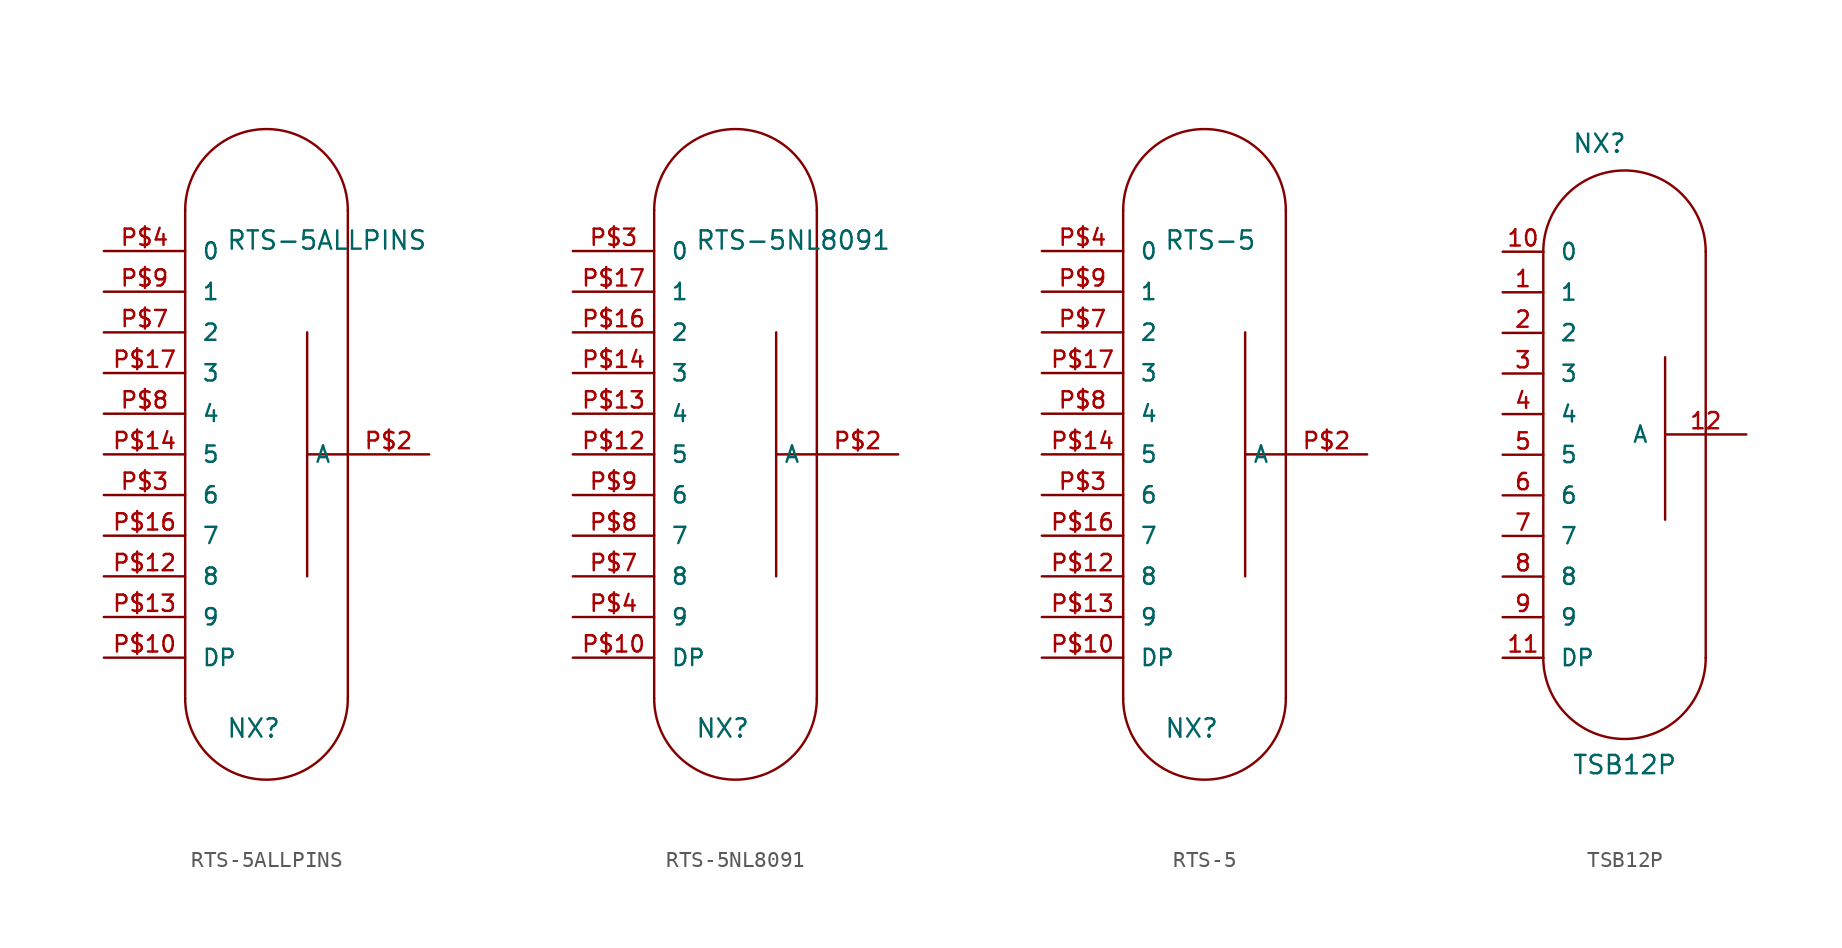
<source format=kicad_sym>
(kicad_symbol_lib
  (version 20241209)
  (generator "kicad_symbol_editor")
  (generator_version "9.0")
  (symbol "RTS-5ALLPINS"
    (pin_names
      (offset 1.016))
    (property "Reference" "NX"
      (at -2.54 -15.24 0)
      (effects (font (size 1.143 1.143)) (justify left bottom)))
    (property "Value" "RTS-5ALLPINS"
      (at -2.54 15.24 0)
      (effects (font (size 1.143 1.143)) (justify left bottom)))
    (property "ki_locked" ""
      (at 0 0 0)
      (effects (font (size 1.27 1.27))))
    (symbol "RTS-5ALLPINS_1_0"
      (polyline (pts (xy -5.08 17.78) (xy -5.08 -12.7)) (stroke (width 0) (type solid)) (fill (type none)))
      (polyline (pts (xy 2.54 2.54) (xy 2.54 10.16)) (stroke (width 0) (type solid)) (fill (type none)))
      (polyline (pts (xy 2.54 -5.08) (xy 2.54 2.54)) (stroke (width 0) (type solid)) (fill (type none)))
      (polyline (pts (xy 5.08 17.78) (xy 5.08 2.54)) (stroke (width 0) (type solid)) (fill (type none)))
      (polyline (pts (xy 5.08 2.54) (xy 2.54 2.54)) (stroke (width 0) (type solid)) (fill (type none)))
      (polyline (pts (xy 5.08 2.54) (xy 5.08 -12.7)) (stroke (width 0) (type solid)) (fill (type none))))
    (symbol "RTS-5ALLPINS_1_1"
      (arc (start -5.08 17.78) (mid 0 22.86) (end 5.08 17.78) (stroke (width 0) (type solid)) (fill (type none)))
      (arc (start 5.08 -12.7) (mid 0 -17.78) (end -5.08 -12.7) (stroke (width 0) (type solid)) (fill (type none)))
      (pin passive line (at -10.16 15.24 0) (length 5.08) (name "0" (effects (font (size 1.016 1.016)))) (number "P$4" (effects (font (size 1.016 1.016)))))
      (pin passive line (at -10.16 12.7 0) (length 5.08) (name "1" (effects (font (size 1.016 1.016)))) (number "P$9" (effects (font (size 1.016 1.016)))))
      (pin passive line (at -10.16 10.16 0) (length 5.08) (name "2" (effects (font (size 1.016 1.016)))) (number "P$7" (effects (font (size 1.016 1.016)))))
      (pin passive line (at -10.16 7.62 0) (length 5.08) (name "3" (effects (font (size 1.016 1.016)))) (number "P$17" (effects (font (size 1.016 1.016)))))
      (pin passive line (at -10.16 5.08 0) (length 5.08) (name "4" (effects (font (size 1.016 1.016)))) (number "P$8" (effects (font (size 1.016 1.016)))))
      (pin passive line (at -10.16 2.54 0) (length 5.08) (name "5" (effects (font (size 1.016 1.016)))) (number "P$14" (effects (font (size 1.016 1.016)))))
      (pin passive line (at -10.16 0 0) (length 5.08) (name "6" (effects (font (size 1.016 1.016)))) (number "P$3" (effects (font (size 1.016 1.016)))))
      (pin passive line (at -10.16 -2.54 0) (length 5.08) (name "7" (effects (font (size 1.016 1.016)))) (number "P$16" (effects (font (size 1.016 1.016)))))
      (pin passive line (at -10.16 -5.08 0) (length 5.08) (name "8" (effects (font (size 1.016 1.016)))) (number "P$12" (effects (font (size 1.016 1.016)))))
      (pin passive line (at -10.16 -7.62 0) (length 5.08) (name "9" (effects (font (size 1.016 1.016)))) (number "P$13" (effects (font (size 1.016 1.016)))))
      (pin passive line (at -10.16 -10.16 0) (length 5.08) (name "DP" (effects (font (size 1.016 1.016)))) (number "P$10" (effects (font (size 1.016 1.016)))))
      (pin passive line (at 10.16 2.54 180) (length 5.08) (name "A" (effects (font (size 1.016 1.016)))) (number "P$2" (effects (font (size 1.016 1.016)))))))
  (symbol "RTS-5NL8091"
    (pin_names
      (offset 1.016))
    (property "Reference" "NX"
      (at -2.54 -15.24 0)
      (effects (font (size 1.143 1.143)) (justify left bottom)))
    (property "Value" "RTS-5NL8091"
      (at -2.54 15.24 0)
      (effects (font (size 1.143 1.143)) (justify left bottom)))
    (property "ki_locked" ""
      (at 0 0 0)
      (effects (font (size 1.27 1.27))))
    (symbol "RTS-5NL8091_1_0"
      (polyline (pts (xy -5.08 17.78) (xy -5.08 -12.7)) (stroke (width 0) (type solid)) (fill (type none)))
      (polyline (pts (xy 2.54 2.54) (xy 2.54 10.16)) (stroke (width 0) (type solid)) (fill (type none)))
      (polyline (pts (xy 2.54 -5.08) (xy 2.54 2.54)) (stroke (width 0) (type solid)) (fill (type none)))
      (polyline (pts (xy 5.08 17.78) (xy 5.08 2.54)) (stroke (width 0) (type solid)) (fill (type none)))
      (polyline (pts (xy 5.08 2.54) (xy 2.54 2.54)) (stroke (width 0) (type solid)) (fill (type none)))
      (polyline (pts (xy 5.08 2.54) (xy 5.08 -12.7)) (stroke (width 0) (type solid)) (fill (type none))))
    (symbol "RTS-5NL8091_1_1"
      (arc (start -5.08 17.78) (mid 0 22.86) (end 5.08 17.78) (stroke (width 0) (type solid)) (fill (type none)))
      (arc (start 5.08 -12.7) (mid 0 -17.78) (end -5.08 -12.7) (stroke (width 0) (type solid)) (fill (type none)))
      (pin passive line (at -10.16 15.24 0) (length 5.08) (name "0" (effects (font (size 1.016 1.016)))) (number "P$3" (effects (font (size 1.016 1.016)))))
      (pin passive line (at -10.16 12.7 0) (length 5.08) (name "1" (effects (font (size 1.016 1.016)))) (number "P$17" (effects (font (size 1.016 1.016)))))
      (pin passive line (at -10.16 10.16 0) (length 5.08) (name "2" (effects (font (size 1.016 1.016)))) (number "P$16" (effects (font (size 1.016 1.016)))))
      (pin passive line (at -10.16 7.62 0) (length 5.08) (name "3" (effects (font (size 1.016 1.016)))) (number "P$14" (effects (font (size 1.016 1.016)))))
      (pin passive line (at -10.16 5.08 0) (length 5.08) (name "4" (effects (font (size 1.016 1.016)))) (number "P$13" (effects (font (size 1.016 1.016)))))
      (pin passive line (at -10.16 2.54 0) (length 5.08) (name "5" (effects (font (size 1.016 1.016)))) (number "P$12" (effects (font (size 1.016 1.016)))))
      (pin passive line (at -10.16 0 0) (length 5.08) (name "6" (effects (font (size 1.016 1.016)))) (number "P$9" (effects (font (size 1.016 1.016)))))
      (pin passive line (at -10.16 -2.54 0) (length 5.08) (name "7" (effects (font (size 1.016 1.016)))) (number "P$8" (effects (font (size 1.016 1.016)))))
      (pin passive line (at -10.16 -5.08 0) (length 5.08) (name "8" (effects (font (size 1.016 1.016)))) (number "P$7" (effects (font (size 1.016 1.016)))))
      (pin passive line (at -10.16 -7.62 0) (length 5.08) (name "9" (effects (font (size 1.016 1.016)))) (number "P$4" (effects (font (size 1.016 1.016)))))
      (pin passive line (at -10.16 -10.16 0) (length 5.08) (name "DP" (effects (font (size 1.016 1.016)))) (number "P$10" (effects (font (size 1.016 1.016)))))
      (pin passive line (at 10.16 2.54 180) (length 5.08) (name "A" (effects (font (size 1.016 1.016)))) (number "P$2" (effects (font (size 1.016 1.016)))))))
  (symbol "RTS-5"
    (pin_names
      (offset 1.016))
    (property "Reference" "NX"
      (at -2.54 -15.24 0)
      (effects (font (size 1.143 1.143)) (justify left bottom)))
    (property "Value" "RTS-5"
      (at -2.54 15.24 0)
      (effects (font (size 1.143 1.143)) (justify left bottom)))
    (property "ki_locked" ""
      (at 0 0 0)
      (effects (font (size 1.27 1.27))))
    (symbol "RTS-5_1_0"
      (polyline (pts (xy -5.08 17.78) (xy -5.08 -12.7)) (stroke (width 0) (type solid)) (fill (type none)))
      (polyline (pts (xy 2.54 2.54) (xy 2.54 10.16)) (stroke (width 0) (type solid)) (fill (type none)))
      (polyline (pts (xy 2.54 -5.08) (xy 2.54 2.54)) (stroke (width 0) (type solid)) (fill (type none)))
      (polyline (pts (xy 5.08 17.78) (xy 5.08 2.54)) (stroke (width 0) (type solid)) (fill (type none)))
      (polyline (pts (xy 5.08 2.54) (xy 2.54 2.54)) (stroke (width 0) (type solid)) (fill (type none)))
      (polyline (pts (xy 5.08 2.54) (xy 5.08 -12.7)) (stroke (width 0) (type solid)) (fill (type none))))
    (symbol "RTS-5_1_1"
      (arc (start -5.08 17.78) (mid 0 22.86) (end 5.08 17.78) (stroke (width 0) (type solid)) (fill (type none)))
      (arc (start 5.08 -12.7) (mid 0 -17.78) (end -5.08 -12.7) (stroke (width 0) (type solid)) (fill (type none)))
      (pin passive line (at -10.16 15.24 0) (length 5.08) (name "0" (effects (font (size 1.016 1.016)))) (number "P$4" (effects (font (size 1.016 1.016)))))
      (pin passive line (at -10.16 12.7 0) (length 5.08) (name "1" (effects (font (size 1.016 1.016)))) (number "P$9" (effects (font (size 1.016 1.016)))))
      (pin passive line (at -10.16 10.16 0) (length 5.08) (name "2" (effects (font (size 1.016 1.016)))) (number "P$7" (effects (font (size 1.016 1.016)))))
      (pin passive line (at -10.16 7.62 0) (length 5.08) (name "3" (effects (font (size 1.016 1.016)))) (number "P$17" (effects (font (size 1.016 1.016)))))
      (pin passive line (at -10.16 5.08 0) (length 5.08) (name "4" (effects (font (size 1.016 1.016)))) (number "P$8" (effects (font (size 1.016 1.016)))))
      (pin passive line (at -10.16 2.54 0) (length 5.08) (name "5" (effects (font (size 1.016 1.016)))) (number "P$14" (effects (font (size 1.016 1.016)))))
      (pin passive line (at -10.16 0 0) (length 5.08) (name "6" (effects (font (size 1.016 1.016)))) (number "P$3" (effects (font (size 1.016 1.016)))))
      (pin passive line (at -10.16 -2.54 0) (length 5.08) (name "7" (effects (font (size 1.016 1.016)))) (number "P$16" (effects (font (size 1.016 1.016)))))
      (pin passive line (at -10.16 -5.08 0) (length 5.08) (name "8" (effects (font (size 1.016 1.016)))) (number "P$12" (effects (font (size 1.016 1.016)))))
      (pin passive line (at -10.16 -7.62 0) (length 5.08) (name "9" (effects (font (size 1.016 1.016)))) (number "P$13" (effects (font (size 1.016 1.016)))))
      (pin passive line (at -10.16 -10.16 0) (length 5.08) (name "DP" (effects (font (size 1.016 1.016)))) (number "P$10" (effects (font (size 1.016 1.016)))))
      (pin passive line (at 10.16 2.54 180) (length 5.08) (name "A" (effects (font (size 1.016 1.016)))) (number "P$2" (effects (font (size 1.016 1.016)))))))
  (symbol "TSB12P"
    (pin_names
      (offset 1.016))
    (property "Reference" "NX"
      (at -38.862 41.656 0)
      (effects (font (size 1.143 1.143)) (justify left bottom)))
    (property "Value" "TSB12P"
      (at -38.862 2.794 0)
      (effects (font (size 1.143 1.143)) (justify left bottom)))
    (property "ki_locked" ""
      (at 0 0 0)
      (effects (font (size 1.27 1.27))))
    (symbol "TSB12P_1_0"
      (polyline (pts (xy -40.64 35.56) (xy -40.64 10.16)) (stroke (width 0) (type solid)) (fill (type none)))
      (polyline (pts (xy -33.02 28.956) (xy -33.02 18.796)) (stroke (width 0) (type solid)) (fill (type none)))
      (polyline (pts (xy -30.48 35.56) (xy -30.48 10.16)) (stroke (width 0) (type solid)) (fill (type none))))
    (symbol "TSB12P_1_1"
      (arc (start -40.64 35.56) (mid -35.56 40.64) (end -30.48 35.56) (stroke (width 0) (type solid)) (fill (type none)))
      (arc (start -30.48 10.16) (mid -35.56 5.08) (end -40.64 10.16) (stroke (width 0) (type solid)) (fill (type none)))
      (pin passive line (at -43.18 35.56 0) (length 2.54) (name "0" (effects (font (size 1.016 1.016)))) (number "10" (effects (font (size 1.016 1.016)))))
      (pin passive line (at -43.18 33.02 0) (length 2.54) (name "1" (effects (font (size 1.016 1.016)))) (number "1" (effects (font (size 1.016 1.016)))))
      (pin passive line (at -43.18 30.48 0) (length 2.54) (name "2" (effects (font (size 1.016 1.016)))) (number "2" (effects (font (size 1.016 1.016)))))
      (pin passive line (at -43.18 27.94 0) (length 2.54) (name "3" (effects (font (size 1.016 1.016)))) (number "3" (effects (font (size 1.016 1.016)))))
      (pin passive line (at -43.18 25.4 0) (length 2.54) (name "4" (effects (font (size 1.016 1.016)))) (number "4" (effects (font (size 1.016 1.016)))))
      (pin passive line (at -43.18 22.86 0) (length 2.54) (name "5" (effects (font (size 1.016 1.016)))) (number "5" (effects (font (size 1.016 1.016)))))
      (pin passive line (at -43.18 20.32 0) (length 2.54) (name "6" (effects (font (size 1.016 1.016)))) (number "6" (effects (font (size 1.016 1.016)))))
      (pin passive line (at -43.18 17.78 0) (length 2.54) (name "7" (effects (font (size 1.016 1.016)))) (number "7" (effects (font (size 1.016 1.016)))))
      (pin passive line (at -43.18 15.24 0) (length 2.54) (name "8" (effects (font (size 1.016 1.016)))) (number "8" (effects (font (size 1.016 1.016)))))
      (pin passive line (at -43.18 12.7 0) (length 2.54) (name "9" (effects (font (size 1.016 1.016)))) (number "9" (effects (font (size 1.016 1.016)))))
      (pin passive line (at -43.18 10.16 0) (length 2.54) (name "DP" (effects (font (size 1.016 1.016)))) (number "11" (effects (font (size 1.016 1.016)))))
      (pin passive line (at -27.94 24.13 180) (length 5.08) (name "A" (effects (font (size 1.016 1.016)))) (number "12" (effects (font (size 1.016 1.016))))))))
</source>
